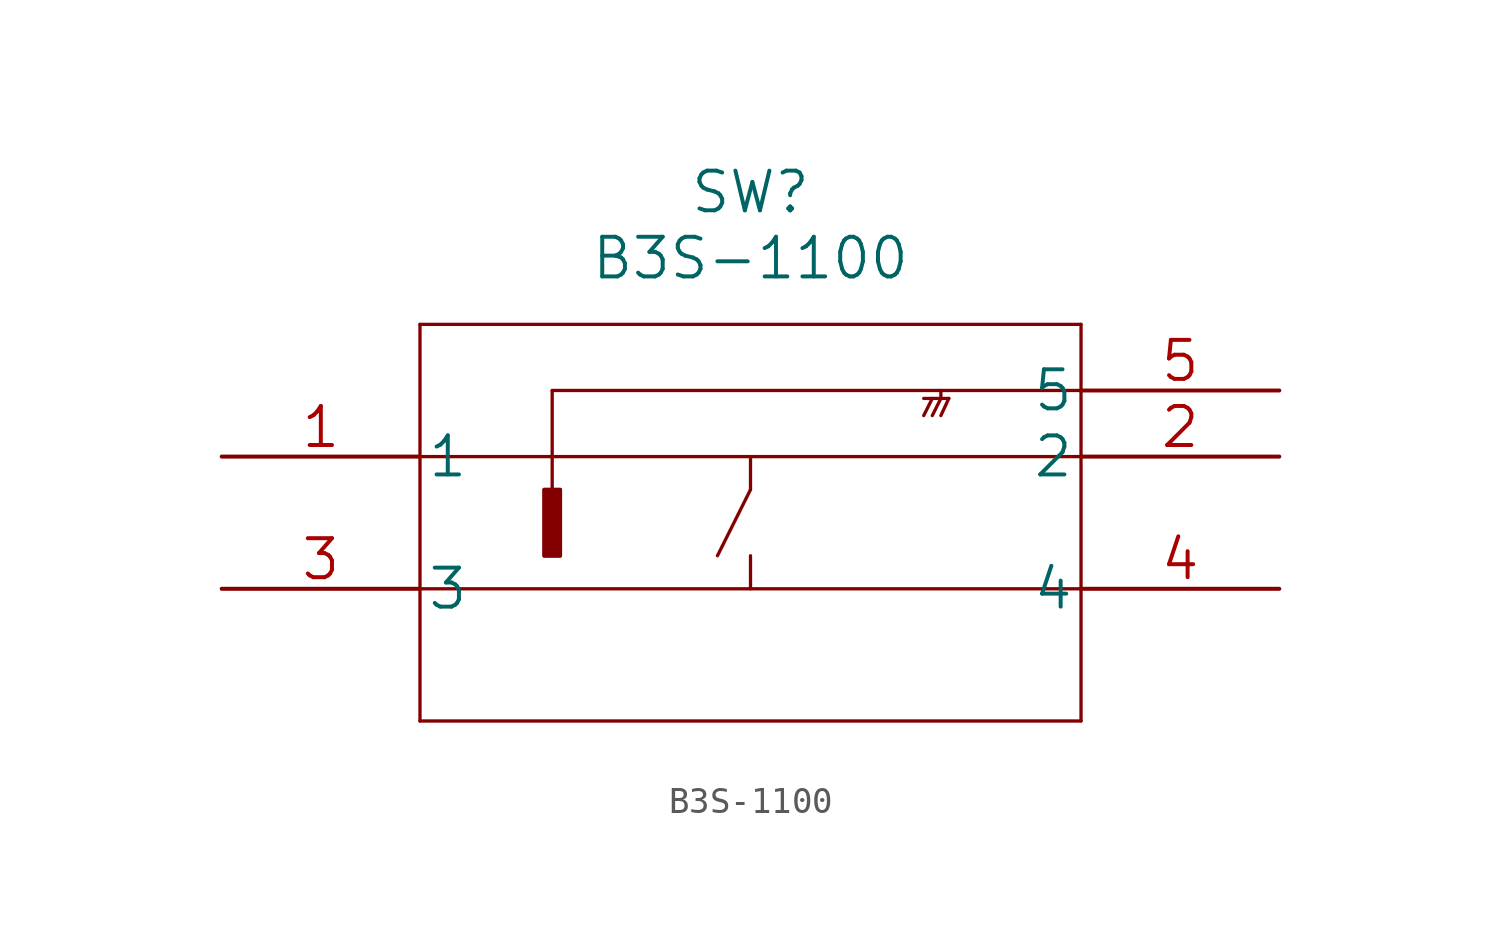
<source format=kicad_sym>
(kicad_symbol_lib
  (version 20211014)
  (generator kicad_symbol_editor)
  (symbol "B3S-1100"
    (pin_names
      (offset 0.254))
    (property "Reference" "SW"
      (at 20.32 10.16 0)
      (effects (font (size 1.524 1.524))))
    (property "Value" "B3S-1100"
      (at 20.32 7.62 0)
      (effects (font (size 1.524 1.524))))
    (property "Datasheet" ""
      (at 0 0 0)
      (effects (font (size 1.524 1.524))))
    (property "ki_locked" ""
      (at 0 0 0)
      (effects (font (size 1.27 1.27))))
    (symbol "B3S-1100_1_1"
      (polyline (pts (xy 7.62 -10.16) (xy 33.02 -10.16)) (stroke (width 0.127) (type default) (color 0 0 0 0)) (fill (type none)))
      (polyline (pts (xy 7.62 -5.08) (xy 33.02 -5.08)) (stroke (width 0.127) (type default) (color 0 0 0 0)) (fill (type none)))
      (polyline (pts (xy 7.62 0) (xy 33.02 0)) (stroke (width 0.127) (type default) (color 0 0 0 0)) (fill (type none)))
      (polyline (pts (xy 7.62 5.08) (xy 7.62 -10.16)) (stroke (width 0.127) (type default) (color 0 0 0 0)) (fill (type none)))
      (polyline (pts (xy 12.395 -3.81) (xy 12.395 -1.27)) (stroke (width 0.127) (type default) (color 0 0 0 0)) (fill (type none)))
      (polyline (pts (xy 12.395 -1.27) (xy 13.005 -1.27)) (stroke (width 0.127) (type default) (color 0 0 0 0)) (fill (type none)))
      (polyline (pts (xy 12.7 2.54) (xy 12.7 -2.54)) (stroke (width 0.127) (type default) (color 0 0 0 0)) (fill (type none)))
      (polyline (pts (xy 13.005 -3.81) (xy 12.395 -3.81)) (stroke (width 0.127) (type default) (color 0 0 0 0)) (fill (type none)))
      (polyline (pts (xy 13.005 -1.27) (xy 13.005 -3.81)) (stroke (width 0.127) (type default) (color 0 0 0 0)) (fill (type none)))
      (polyline (pts (xy 20.32 -5.08) (xy 20.32 -3.81)) (stroke (width 0.127) (type default) (color 0 0 0 0)) (fill (type none)))
      (polyline (pts (xy 20.32 -1.27) (xy 19.05 -3.81)) (stroke (width 0.127) (type default) (color 0 0 0 0)) (fill (type none)))
      (polyline (pts (xy 20.32 0) (xy 20.32 -1.27)) (stroke (width 0.127) (type default) (color 0 0 0 0)) (fill (type none)))
      (polyline (pts (xy 27.305 1.575) (xy 27.635 2.235)) (stroke (width 0.127) (type default) (color 0 0 0 0)) (fill (type none)))
      (polyline (pts (xy 27.305 2.235) (xy 26.975 1.575)) (stroke (width 0.127) (type default) (color 0 0 0 0)) (fill (type none)))
      (polyline (pts (xy 27.635 1.575) (xy 27.94 2.235)) (stroke (width 0.127) (type default) (color 0 0 0 0)) (fill (type none)))
      (polyline (pts (xy 27.635 2.54) (xy 27.635 2.235)) (stroke (width 0.127) (type default) (color 0 0 0 0)) (fill (type none)))
      (polyline (pts (xy 27.94 2.235) (xy 26.975 2.235)) (stroke (width 0.127) (type default) (color 0 0 0 0)) (fill (type none)))
      (polyline (pts (xy 33.02 -10.16) (xy 33.02 5.08)) (stroke (width 0.127) (type default) (color 0 0 0 0)) (fill (type none)))
      (polyline (pts (xy 33.02 2.54) (xy 12.7 2.54)) (stroke (width 0.127) (type default) (color 0 0 0 0)) (fill (type none)))
      (polyline (pts (xy 33.02 5.08) (xy 7.62 5.08)) (stroke (width 0.127) (type default) (color 0 0 0 0)) (fill (type none)))
      (polyline (pts (xy 12.395 -1.27) (xy 13.005 -1.27) (xy 13.005 -3.81) (xy 12.395 -3.81) (xy 12.395 -1.27)) (stroke (width 0) (type default) (color 0 0 0 0)) (fill (type outline)))
      (pin unspecified line (at 0 0 0) (length 7.62) (name "1" (effects (font (size 1.499 1.499)))) (number "1" (effects (font (size 1.499 1.499)))))
      (pin unspecified line (at 40.64 0 180) (length 7.62) (name "2" (effects (font (size 1.499 1.499)))) (number "2" (effects (font (size 1.499 1.499)))))
      (pin unspecified line (at 0 -5.08 0) (length 7.62) (name "3" (effects (font (size 1.499 1.499)))) (number "3" (effects (font (size 1.499 1.499)))))
      (pin unspecified line (at 40.64 -5.08 180) (length 7.62) (name "4" (effects (font (size 1.499 1.499)))) (number "4" (effects (font (size 1.499 1.499)))))
      (pin unspecified line (at 40.64 2.54 180) (length 7.62) (name "5" (effects (font (size 1.499 1.499)))) (number "5" (effects (font (size 1.499 1.499))))))))
</source>
